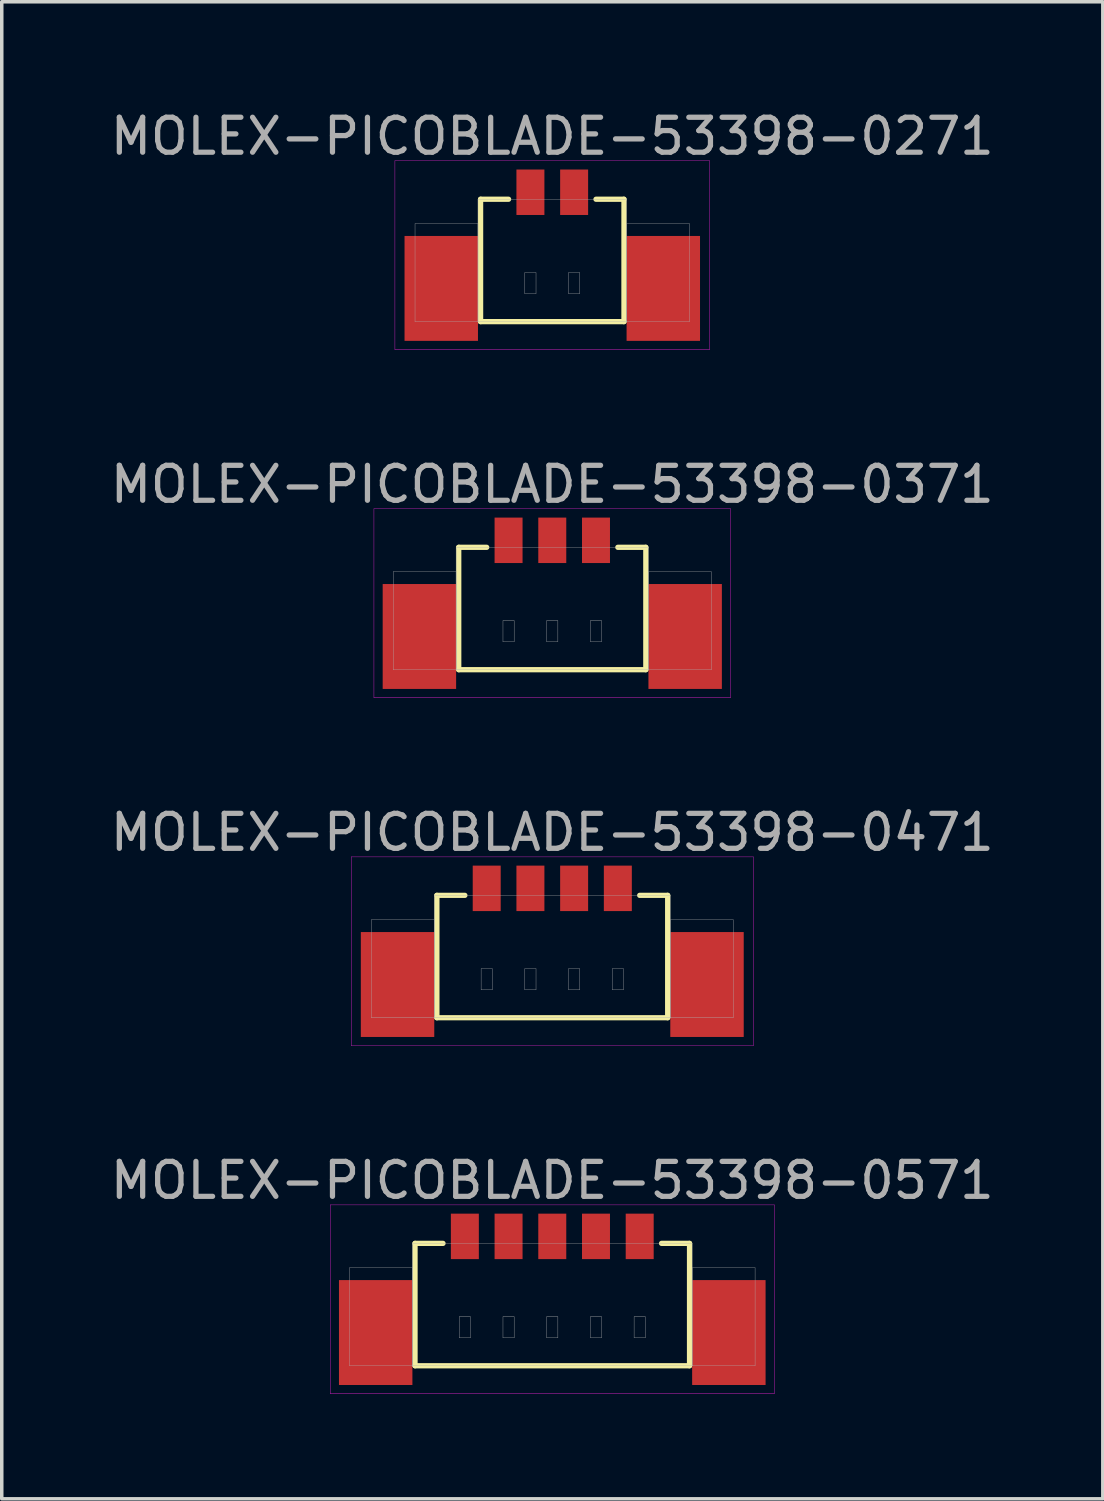
<source format=kicad_pcb>
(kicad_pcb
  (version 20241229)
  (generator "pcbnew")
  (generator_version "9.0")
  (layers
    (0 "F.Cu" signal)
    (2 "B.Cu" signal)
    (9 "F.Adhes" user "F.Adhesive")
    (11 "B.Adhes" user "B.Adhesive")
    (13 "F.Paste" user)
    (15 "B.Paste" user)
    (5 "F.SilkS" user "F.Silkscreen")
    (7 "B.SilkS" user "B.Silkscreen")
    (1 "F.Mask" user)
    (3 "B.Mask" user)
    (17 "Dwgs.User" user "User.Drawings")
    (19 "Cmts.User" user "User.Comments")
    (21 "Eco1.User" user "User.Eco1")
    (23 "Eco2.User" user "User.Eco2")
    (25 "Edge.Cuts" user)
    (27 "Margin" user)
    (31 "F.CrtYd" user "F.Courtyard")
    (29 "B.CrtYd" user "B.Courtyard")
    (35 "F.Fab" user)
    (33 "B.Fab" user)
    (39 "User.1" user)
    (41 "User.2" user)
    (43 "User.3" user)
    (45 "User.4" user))
  (footprint "MOLEX-PICOBLADE-53398-0271"
    (layer "F.Cu")
    (at 12.744 2.448)
    (property "Reference" "MOLEX-PICOBLADE-53398-0271" (at 0 -1.6 0) (layer "F.Fab") (effects (font (size 1 1) (thickness 0.15))))
    (attr smd)
    (fp_line (start -2.05 0.2) (end -2.05 3.7) (stroke (width 0.15) (type solid)) (layer "F.SilkS"))
    (fp_line (start -2.05 3.7) (end 2.05 3.7) (stroke (width 0.15) (type solid)) (layer "F.SilkS"))
    (fp_line (start -1.25 0.2) (end -2.05 0.2) (stroke (width 0.15) (type solid)) (layer "F.SilkS"))
    (fp_line (start 1.25 0.2) (end 2.05 0.2) (stroke (width 0.15) (type solid)) (layer "F.SilkS"))
    (fp_line (start 2.05 3.7) (end 2.05 0.2) (stroke (width 0.15) (type solid)) (layer "F.SilkS"))
    (fp_line (start -4.5 -0.9) (end 4.5 -0.9) (stroke (width 0.01) (type solid)) (layer "F.CrtYd"))
    (fp_line (start -4.5 4.5) (end -4.5 -0.9) (stroke (width 0.01) (type solid)) (layer "F.CrtYd"))
    (fp_line (start 4.5 -0.9) (end 4.5 4.5) (stroke (width 0.01) (type solid)) (layer "F.CrtYd"))
    (fp_line (start 4.5 4.5) (end -4.5 4.5) (stroke (width 0.01) (type solid)) (layer "F.CrtYd"))
    (fp_line (start -3.925 0.9) (end -2.125 0.9) (stroke (width 0.01) (type solid)) (layer "F.Fab"))
    (fp_line (start -3.925 3.7) (end -3.925 0.9) (stroke (width 0.01) (type solid)) (layer "F.Fab"))
    (fp_line (start -2.125 0.2) (end 2.125 0.2) (stroke (width 0.01) (type solid)) (layer "F.Fab"))
    (fp_line (start -2.125 0.9) (end -2.125 3.7) (stroke (width 0.01) (type solid)) (layer "F.Fab"))
    (fp_line (start -2.125 3.7) (end -3.925 3.7) (stroke (width 0.01) (type solid)) (layer "F.Fab"))
    (fp_line (start -2.125 3.7) (end -2.125 0.2) (stroke (width 0.01) (type solid)) (layer "F.Fab"))
    (fp_line (start -0.785 2.3) (end -0.465 2.3) (stroke (width 0.01) (type solid)) (layer "F.Fab"))
    (fp_line (start -0.785 2.9) (end -0.785 2.3) (stroke (width 0.01) (type solid)) (layer "F.Fab"))
    (fp_line (start -0.465 2.3) (end -0.465 2.9) (stroke (width 0.01) (type solid)) (layer "F.Fab"))
    (fp_line (start -0.465 2.9) (end -0.785 2.9) (stroke (width 0.01) (type solid)) (layer "F.Fab"))
    (fp_line (start 0.465 2.3) (end 0.785 2.3) (stroke (width 0.01) (type solid)) (layer "F.Fab"))
    (fp_line (start 0.465 2.9) (end 0.465 2.3) (stroke (width 0.01) (type solid)) (layer "F.Fab"))
    (fp_line (start 0.785 2.3) (end 0.785 2.9) (stroke (width 0.01) (type solid)) (layer "F.Fab"))
    (fp_line (start 0.785 2.9) (end 0.465 2.9) (stroke (width 0.01) (type solid)) (layer "F.Fab"))
    (fp_line (start 2.125 0.2) (end 2.125 3.7) (stroke (width 0.01) (type solid)) (layer "F.Fab"))
    (fp_line (start 2.125 0.9) (end 3.925 0.9) (stroke (width 0.01) (type solid)) (layer "F.Fab"))
    (fp_line (start 2.125 3.7) (end -2.125 3.7) (stroke (width 0.01) (type solid)) (layer "F.Fab"))
    (fp_line (start 2.125 3.7) (end 2.125 0.9) (stroke (width 0.01) (type solid)) (layer "F.Fab"))
    (fp_line (start 3.925 0.9) (end 3.925 3.7) (stroke (width 0.01) (type solid)) (layer "F.Fab"))
    (fp_line (start 3.925 3.7) (end 2.125 3.7) (stroke (width 0.01) (type solid)) (layer "F.Fab"))
    (pad "" smd rect (at -3.175 2.75) (size 2.1 3) (layers "F.Cu" "F.Mask" "F.Paste"))
    (pad "" smd rect (at 3.175 2.75) (size 2.1 3) (layers "F.Cu" "F.Mask" "F.Paste"))
    (pad "1" smd rect (at -0.625 0) (size 0.8 1.3) (layers "F.Cu" "F.Mask" "F.Paste"))
    (pad "2" smd rect (at 0.625 0) (size 0.8 1.3) (layers "F.Cu" "F.Mask" "F.Paste")))
  (footprint "MOLEX-PICOBLADE-53398-0571"
    (layer "F.Cu")
    (at 12.744 32.308)
    (property "Reference" "MOLEX-PICOBLADE-53398-0571" (at 0 -1.6 0) (layer "F.Fab") (effects (font (size 1 1) (thickness 0.15))))
    (attr smd)
    (fp_line (start -3.925 0.2) (end -3.925 3.7) (stroke (width 0.15) (type solid)) (layer "F.SilkS"))
    (fp_line (start -3.925 3.7) (end 3.925 3.7) (stroke (width 0.15) (type solid)) (layer "F.SilkS"))
    (fp_line (start -3.125 0.2) (end -3.925 0.2) (stroke (width 0.15) (type solid)) (layer "F.SilkS"))
    (fp_line (start 3.125 0.2) (end 3.925 0.2) (stroke (width 0.15) (type solid)) (layer "F.SilkS"))
    (fp_line (start 3.925 3.7) (end 3.925 0.2) (stroke (width 0.15) (type solid)) (layer "F.SilkS"))
    (fp_line (start -6.35 -0.9) (end 6.35 -0.9) (stroke (width 0.01) (type solid)) (layer "F.CrtYd"))
    (fp_line (start -6.35 4.5) (end -6.35 -0.9) (stroke (width 0.01) (type solid)) (layer "F.CrtYd"))
    (fp_line (start 6.35 -0.9) (end 6.35 4.5) (stroke (width 0.01) (type solid)) (layer "F.CrtYd"))
    (fp_line (start 6.35 4.5) (end -6.35 4.5) (stroke (width 0.01) (type solid)) (layer "F.CrtYd"))
    (fp_line (start -5.8 0.9) (end -4 0.9) (stroke (width 0.01) (type solid)) (layer "F.Fab"))
    (fp_line (start -5.8 3.7) (end -5.8 0.9) (stroke (width 0.01) (type solid)) (layer "F.Fab"))
    (fp_line (start -4 0.2) (end 4 0.2) (stroke (width 0.01) (type solid)) (layer "F.Fab"))
    (fp_line (start -4 0.9) (end -4 3.7) (stroke (width 0.01) (type solid)) (layer "F.Fab"))
    (fp_line (start -4 3.7) (end -5.8 3.7) (stroke (width 0.01) (type solid)) (layer "F.Fab"))
    (fp_line (start -4 3.7) (end -4 0.2) (stroke (width 0.01) (type solid)) (layer "F.Fab"))
    (fp_line (start -2.66 2.3) (end -2.34 2.3) (stroke (width 0.01) (type solid)) (layer "F.Fab"))
    (fp_line (start -2.66 2.9) (end -2.66 2.3) (stroke (width 0.01) (type solid)) (layer "F.Fab"))
    (fp_line (start -2.34 2.3) (end -2.34 2.9) (stroke (width 0.01) (type solid)) (layer "F.Fab"))
    (fp_line (start -2.34 2.9) (end -2.66 2.9) (stroke (width 0.01) (type solid)) (layer "F.Fab"))
    (fp_line (start -1.41 2.3) (end -1.09 2.3) (stroke (width 0.01) (type solid)) (layer "F.Fab"))
    (fp_line (start -1.41 2.9) (end -1.41 2.3) (stroke (width 0.01) (type solid)) (layer "F.Fab"))
    (fp_line (start -1.09 2.3) (end -1.09 2.9) (stroke (width 0.01) (type solid)) (layer "F.Fab"))
    (fp_line (start -1.09 2.9) (end -1.41 2.9) (stroke (width 0.01) (type solid)) (layer "F.Fab"))
    (fp_line (start -0.16 2.3) (end 0.16 2.3) (stroke (width 0.01) (type solid)) (layer "F.Fab"))
    (fp_line (start -0.16 2.9) (end -0.16 2.3) (stroke (width 0.01) (type solid)) (layer "F.Fab"))
    (fp_line (start 0.16 2.3) (end 0.16 2.9) (stroke (width 0.01) (type solid)) (layer "F.Fab"))
    (fp_line (start 0.16 2.9) (end -0.16 2.9) (stroke (width 0.01) (type solid)) (layer "F.Fab"))
    (fp_line (start 1.09 2.3) (end 1.41 2.3) (stroke (width 0.01) (type solid)) (layer "F.Fab"))
    (fp_line (start 1.09 2.9) (end 1.09 2.3) (stroke (width 0.01) (type solid)) (layer "F.Fab"))
    (fp_line (start 1.41 2.3) (end 1.41 2.9) (stroke (width 0.01) (type solid)) (layer "F.Fab"))
    (fp_line (start 1.41 2.9) (end 1.09 2.9) (stroke (width 0.01) (type solid)) (layer "F.Fab"))
    (fp_line (start 2.34 2.3) (end 2.66 2.3) (stroke (width 0.01) (type solid)) (layer "F.Fab"))
    (fp_line (start 2.34 2.9) (end 2.34 2.3) (stroke (width 0.01) (type solid)) (layer "F.Fab"))
    (fp_line (start 2.66 2.3) (end 2.66 2.9) (stroke (width 0.01) (type solid)) (layer "F.Fab"))
    (fp_line (start 2.66 2.9) (end 2.34 2.9) (stroke (width 0.01) (type solid)) (layer "F.Fab"))
    (fp_line (start 4 0.2) (end 4 3.7) (stroke (width 0.01) (type solid)) (layer "F.Fab"))
    (fp_line (start 4 0.9) (end 5.8 0.9) (stroke (width 0.01) (type solid)) (layer "F.Fab"))
    (fp_line (start 4 3.7) (end -4 3.7) (stroke (width 0.01) (type solid)) (layer "F.Fab"))
    (fp_line (start 4 3.7) (end 4 0.9) (stroke (width 0.01) (type solid)) (layer "F.Fab"))
    (fp_line (start 5.8 0.9) (end 5.8 3.7) (stroke (width 0.01) (type solid)) (layer "F.Fab"))
    (fp_line (start 5.8 3.7) (end 4 3.7) (stroke (width 0.01) (type solid)) (layer "F.Fab"))
    (pad "" smd rect (at -5.05 2.75) (size 2.1 3) (layers "F.Cu" "F.Mask" "F.Paste"))
    (pad "" smd rect (at 5.05 2.75) (size 2.1 3) (layers "F.Cu" "F.Mask" "F.Paste"))
    (pad "1" smd rect (at -2.5 0) (size 0.8 1.3) (layers "F.Cu" "F.Mask" "F.Paste"))
    (pad "2" smd rect (at -1.25 0) (size 0.8 1.3) (layers "F.Cu" "F.Mask" "F.Paste"))
    (pad "3" smd rect (at 0 0) (size 0.8 1.3) (layers "F.Cu" "F.Mask" "F.Paste"))
    (pad "4" smd rect (at 1.25 0) (size 0.8 1.3) (layers "F.Cu" "F.Mask" "F.Paste"))
    (pad "5" smd rect (at 2.5 0) (size 0.8 1.3) (layers "F.Cu" "F.Mask" "F.Paste")))
  (footprint "MOLEX-PICOBLADE-53398-0371"
    (layer "F.Cu")
    (at 12.744 12.402)
    (property "Reference" "MOLEX-PICOBLADE-53398-0371" (at 0 -1.6 0) (layer "F.Fab") (effects (font (size 1 1) (thickness 0.15))))
    (attr smd)
    (fp_line (start -2.675 0.2) (end -2.675 3.7) (stroke (width 0.15) (type solid)) (layer "F.SilkS"))
    (fp_line (start -2.675 3.7) (end 2.675 3.7) (stroke (width 0.15) (type solid)) (layer "F.SilkS"))
    (fp_line (start -1.875 0.2) (end -2.675 0.2) (stroke (width 0.15) (type solid)) (layer "F.SilkS"))
    (fp_line (start 1.875 0.2) (end 2.675 0.2) (stroke (width 0.15) (type solid)) (layer "F.SilkS"))
    (fp_line (start 2.675 3.7) (end 2.675 0.2) (stroke (width 0.15) (type solid)) (layer "F.SilkS"))
    (fp_line (start -5.1 -0.9) (end 5.1 -0.9) (stroke (width 0.01) (type solid)) (layer "F.CrtYd"))
    (fp_line (start -5.1 4.5) (end -5.1 -0.9) (stroke (width 0.01) (type solid)) (layer "F.CrtYd"))
    (fp_line (start 5.1 -0.9) (end 5.1 4.5) (stroke (width 0.01) (type solid)) (layer "F.CrtYd"))
    (fp_line (start 5.1 4.5) (end -5.1 4.5) (stroke (width 0.01) (type solid)) (layer "F.CrtYd"))
    (fp_line (start -4.55 0.9) (end -2.75 0.9) (stroke (width 0.01) (type solid)) (layer "F.Fab"))
    (fp_line (start -4.55 3.7) (end -4.55 0.9) (stroke (width 0.01) (type solid)) (layer "F.Fab"))
    (fp_line (start -2.75 0.2) (end 2.75 0.2) (stroke (width 0.01) (type solid)) (layer "F.Fab"))
    (fp_line (start -2.75 0.9) (end -2.75 3.7) (stroke (width 0.01) (type solid)) (layer "F.Fab"))
    (fp_line (start -2.75 3.7) (end -4.55 3.7) (stroke (width 0.01) (type solid)) (layer "F.Fab"))
    (fp_line (start -2.75 3.7) (end -2.75 0.2) (stroke (width 0.01) (type solid)) (layer "F.Fab"))
    (fp_line (start -1.41 2.3) (end -1.09 2.3) (stroke (width 0.01) (type solid)) (layer "F.Fab"))
    (fp_line (start -1.41 2.9) (end -1.41 2.3) (stroke (width 0.01) (type solid)) (layer "F.Fab"))
    (fp_line (start -1.09 2.3) (end -1.09 2.9) (stroke (width 0.01) (type solid)) (layer "F.Fab"))
    (fp_line (start -1.09 2.9) (end -1.41 2.9) (stroke (width 0.01) (type solid)) (layer "F.Fab"))
    (fp_line (start -0.16 2.3) (end 0.16 2.3) (stroke (width 0.01) (type solid)) (layer "F.Fab"))
    (fp_line (start -0.16 2.9) (end -0.16 2.3) (stroke (width 0.01) (type solid)) (layer "F.Fab"))
    (fp_line (start 0.16 2.3) (end 0.16 2.9) (stroke (width 0.01) (type solid)) (layer "F.Fab"))
    (fp_line (start 0.16 2.9) (end -0.16 2.9) (stroke (width 0.01) (type solid)) (layer "F.Fab"))
    (fp_line (start 1.09 2.3) (end 1.41 2.3) (stroke (width 0.01) (type solid)) (layer "F.Fab"))
    (fp_line (start 1.09 2.9) (end 1.09 2.3) (stroke (width 0.01) (type solid)) (layer "F.Fab"))
    (fp_line (start 1.41 2.3) (end 1.41 2.9) (stroke (width 0.01) (type solid)) (layer "F.Fab"))
    (fp_line (start 1.41 2.9) (end 1.09 2.9) (stroke (width 0.01) (type solid)) (layer "F.Fab"))
    (fp_line (start 2.75 0.2) (end 2.75 3.7) (stroke (width 0.01) (type solid)) (layer "F.Fab"))
    (fp_line (start 2.75 0.9) (end 4.55 0.9) (stroke (width 0.01) (type solid)) (layer "F.Fab"))
    (fp_line (start 2.75 3.7) (end -2.75 3.7) (stroke (width 0.01) (type solid)) (layer "F.Fab"))
    (fp_line (start 2.75 3.7) (end 2.75 0.9) (stroke (width 0.01) (type solid)) (layer "F.Fab"))
    (fp_line (start 4.55 0.9) (end 4.55 3.7) (stroke (width 0.01) (type solid)) (layer "F.Fab"))
    (fp_line (start 4.55 3.7) (end 2.75 3.7) (stroke (width 0.01) (type solid)) (layer "F.Fab"))
    (pad "" smd rect (at -3.8 2.75) (size 2.1 3) (layers "F.Cu" "F.Mask" "F.Paste"))
    (pad "" smd rect (at 3.8 2.75) (size 2.1 3) (layers "F.Cu" "F.Mask" "F.Paste"))
    (pad "1" smd rect (at -1.25 0) (size 0.8 1.3) (layers "F.Cu" "F.Mask" "F.Paste"))
    (pad "2" smd rect (at 0 0) (size 0.8 1.3) (layers "F.Cu" "F.Mask" "F.Paste"))
    (pad "3" smd rect (at 1.25 0) (size 0.8 1.3) (layers "F.Cu" "F.Mask" "F.Paste")))
  (footprint "MOLEX-PICOBLADE-53398-0471"
    (layer "F.Cu")
    (at 12.744 22.355)
    (property "Reference" "MOLEX-PICOBLADE-53398-0471" (at 0 -1.6 0) (layer "F.Fab") (effects (font (size 1 1) (thickness 0.15))))
    (attr smd)
    (fp_line (start -3.3 0.2) (end -3.3 3.7) (stroke (width 0.15) (type solid)) (layer "F.SilkS"))
    (fp_line (start -3.3 3.7) (end 3.3 3.7) (stroke (width 0.15) (type solid)) (layer "F.SilkS"))
    (fp_line (start -2.5 0.2) (end -3.3 0.2) (stroke (width 0.15) (type solid)) (layer "F.SilkS"))
    (fp_line (start 2.5 0.2) (end 3.3 0.2) (stroke (width 0.15) (type solid)) (layer "F.SilkS"))
    (fp_line (start 3.3 3.7) (end 3.3 0.2) (stroke (width 0.15) (type solid)) (layer "F.SilkS"))
    (fp_line (start -5.75 -0.9) (end 5.75 -0.9) (stroke (width 0.01) (type solid)) (layer "F.CrtYd"))
    (fp_line (start -5.75 4.5) (end -5.75 -0.9) (stroke (width 0.01) (type solid)) (layer "F.CrtYd"))
    (fp_line (start 5.75 -0.9) (end 5.75 4.5) (stroke (width 0.01) (type solid)) (layer "F.CrtYd"))
    (fp_line (start 5.75 4.5) (end -5.75 4.5) (stroke (width 0.01) (type solid)) (layer "F.CrtYd"))
    (fp_line (start -5.175 0.9) (end -3.375 0.9) (stroke (width 0.01) (type solid)) (layer "F.Fab"))
    (fp_line (start -5.175 3.7) (end -5.175 0.9) (stroke (width 0.01) (type solid)) (layer "F.Fab"))
    (fp_line (start -3.375 0.2) (end 3.375 0.2) (stroke (width 0.01) (type solid)) (layer "F.Fab"))
    (fp_line (start -3.375 0.9) (end -3.375 3.7) (stroke (width 0.01) (type solid)) (layer "F.Fab"))
    (fp_line (start -3.375 3.7) (end -5.175 3.7) (stroke (width 0.01) (type solid)) (layer "F.Fab"))
    (fp_line (start -3.375 3.7) (end -3.375 0.2) (stroke (width 0.01) (type solid)) (layer "F.Fab"))
    (fp_line (start -2.035 2.3) (end -1.715 2.3) (stroke (width 0.01) (type solid)) (layer "F.Fab"))
    (fp_line (start -2.035 2.9) (end -2.035 2.3) (stroke (width 0.01) (type solid)) (layer "F.Fab"))
    (fp_line (start -1.715 2.3) (end -1.715 2.9) (stroke (width 0.01) (type solid)) (layer "F.Fab"))
    (fp_line (start -1.715 2.9) (end -2.035 2.9) (stroke (width 0.01) (type solid)) (layer "F.Fab"))
    (fp_line (start -0.785 2.3) (end -0.465 2.3) (stroke (width 0.01) (type solid)) (layer "F.Fab"))
    (fp_line (start -0.785 2.9) (end -0.785 2.3) (stroke (width 0.01) (type solid)) (layer "F.Fab"))
    (fp_line (start -0.465 2.3) (end -0.465 2.9) (stroke (width 0.01) (type solid)) (layer "F.Fab"))
    (fp_line (start -0.465 2.9) (end -0.785 2.9) (stroke (width 0.01) (type solid)) (layer "F.Fab"))
    (fp_line (start 0.465 2.3) (end 0.785 2.3) (stroke (width 0.01) (type solid)) (layer "F.Fab"))
    (fp_line (start 0.465 2.9) (end 0.465 2.3) (stroke (width 0.01) (type solid)) (layer "F.Fab"))
    (fp_line (start 0.785 2.3) (end 0.785 2.9) (stroke (width 0.01) (type solid)) (layer "F.Fab"))
    (fp_line (start 0.785 2.9) (end 0.465 2.9) (stroke (width 0.01) (type solid)) (layer "F.Fab"))
    (fp_line (start 1.715 2.3) (end 2.035 2.3) (stroke (width 0.01) (type solid)) (layer "F.Fab"))
    (fp_line (start 1.715 2.9) (end 1.715 2.3) (stroke (width 0.01) (type solid)) (layer "F.Fab"))
    (fp_line (start 2.035 2.3) (end 2.035 2.9) (stroke (width 0.01) (type solid)) (layer "F.Fab"))
    (fp_line (start 2.035 2.9) (end 1.715 2.9) (stroke (width 0.01) (type solid)) (layer "F.Fab"))
    (fp_line (start 3.375 0.2) (end 3.375 3.7) (stroke (width 0.01) (type solid)) (layer "F.Fab"))
    (fp_line (start 3.375 0.9) (end 5.175 0.9) (stroke (width 0.01) (type solid)) (layer "F.Fab"))
    (fp_line (start 3.375 3.7) (end -3.375 3.7) (stroke (width 0.01) (type solid)) (layer "F.Fab"))
    (fp_line (start 3.375 3.7) (end 3.375 0.9) (stroke (width 0.01) (type solid)) (layer "F.Fab"))
    (fp_line (start 5.175 0.9) (end 5.175 3.7) (stroke (width 0.01) (type solid)) (layer "F.Fab"))
    (fp_line (start 5.175 3.7) (end 3.375 3.7) (stroke (width 0.01) (type solid)) (layer "F.Fab"))
    (pad "" smd rect (at -4.425 2.75) (size 2.1 3) (layers "F.Cu" "F.Mask" "F.Paste"))
    (pad "" smd rect (at 4.425 2.75) (size 2.1 3) (layers "F.Cu" "F.Mask" "F.Paste"))
    (pad "1" smd rect (at -1.875 0) (size 0.8 1.3) (layers "F.Cu" "F.Mask" "F.Paste"))
    (pad "2" smd rect (at -0.625 0) (size 0.8 1.3) (layers "F.Cu" "F.Mask" "F.Paste"))
    (pad "3" smd rect (at 0.625 0) (size 0.8 1.3) (layers "F.Cu" "F.Mask" "F.Paste"))
    (pad "4" smd rect (at 1.875 0) (size 0.8 1.3) (layers "F.Cu" "F.Mask" "F.Paste")))
  (gr_rect
    (start -3 -3)
    (end 28.488 39.813)
    (stroke (width 0.1) (type default))
    (fill no)
    (layer "Edge.Cuts")))
</source>
